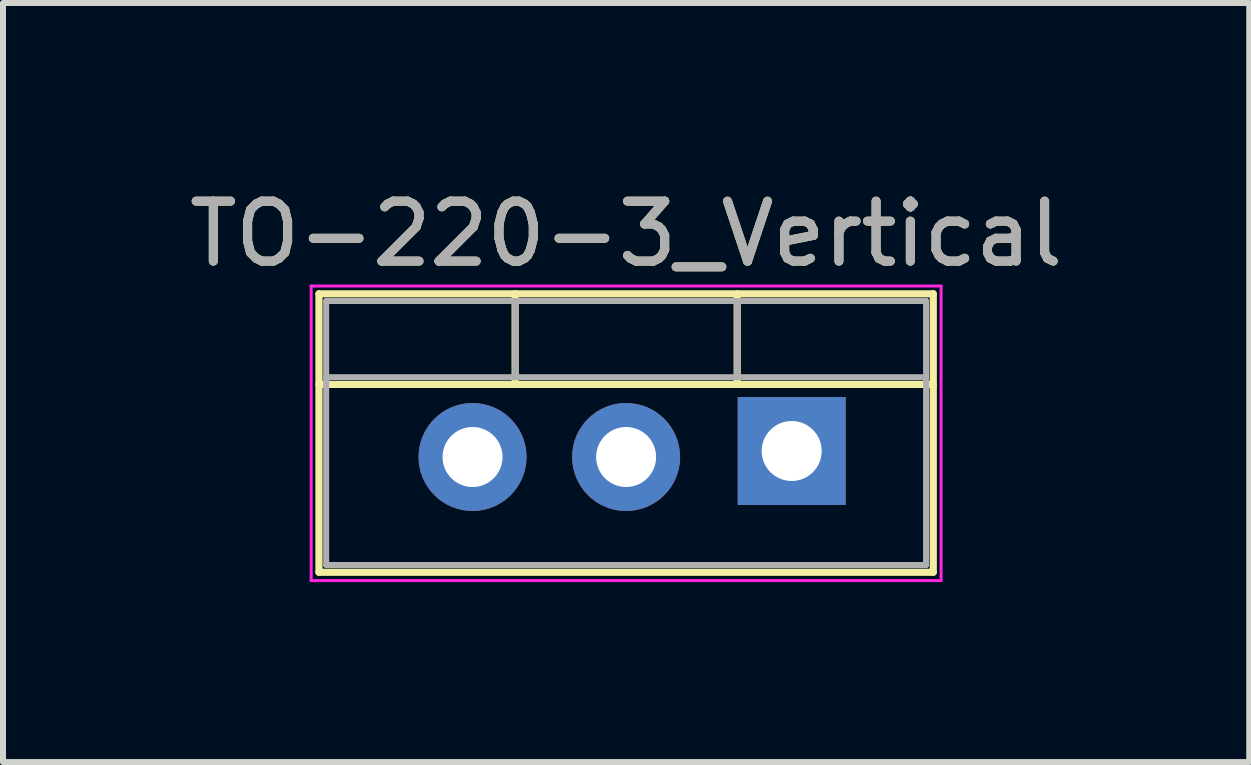
<source format=kicad_pcb>
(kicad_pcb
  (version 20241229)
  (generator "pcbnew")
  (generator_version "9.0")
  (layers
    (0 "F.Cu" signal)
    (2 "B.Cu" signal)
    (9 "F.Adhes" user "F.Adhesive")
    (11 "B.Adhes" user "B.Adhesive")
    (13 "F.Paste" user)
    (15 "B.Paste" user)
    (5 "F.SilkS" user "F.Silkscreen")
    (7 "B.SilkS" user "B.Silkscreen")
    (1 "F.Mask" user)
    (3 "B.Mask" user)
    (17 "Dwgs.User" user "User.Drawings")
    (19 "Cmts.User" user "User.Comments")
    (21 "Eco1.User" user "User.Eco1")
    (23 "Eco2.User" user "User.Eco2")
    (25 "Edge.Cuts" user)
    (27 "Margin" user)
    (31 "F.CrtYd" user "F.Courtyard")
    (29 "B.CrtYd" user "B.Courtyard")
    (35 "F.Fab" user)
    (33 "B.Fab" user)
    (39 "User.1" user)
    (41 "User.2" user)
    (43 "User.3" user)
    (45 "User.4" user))
  (footprint "TO-220-3_Vertical"
    (layer "F.Cu")
    (at 4.847 4.468)
    (property "Reference" "TO-220-3_Vertical" (at 2.54 -3.62 0) (layer "F.SilkS") (effects (font (size 1 1) (thickness 0.15))))
    (attr through_hole)
    (fp_line (start -2.58 -2.62) (end -2.58 2.021) (stroke (width 0.12) (type solid)) (layer "F.SilkS"))
    (fp_line (start -2.58 -2.62) (end 7.66 -2.62) (stroke (width 0.12) (type solid)) (layer "F.SilkS"))
    (fp_line (start -2.58 -1.11) (end 7.66 -1.11) (stroke (width 0.12) (type solid)) (layer "F.SilkS"))
    (fp_line (start -2.58 2.021) (end 7.66 2.021) (stroke (width 0.12) (type solid)) (layer "F.SilkS"))
    (fp_line (start 0.69 -2.62) (end 0.69 -1.11) (stroke (width 0.12) (type solid)) (layer "F.SilkS"))
    (fp_line (start 4.391 -2.62) (end 4.391 -1.11) (stroke (width 0.12) (type solid)) (layer "F.SilkS"))
    (fp_line (start 7.66 -2.62) (end 7.66 2.021) (stroke (width 0.12) (type solid)) (layer "F.SilkS"))
    (fp_line (start -2.71 -2.75) (end -2.71 2.16) (stroke (width 0.05) (type solid)) (layer "F.CrtYd"))
    (fp_line (start -2.71 2.16) (end 7.79 2.16) (stroke (width 0.05) (type solid)) (layer "F.CrtYd"))
    (fp_line (start 7.79 -2.75) (end -2.71 -2.75) (stroke (width 0.05) (type solid)) (layer "F.CrtYd"))
    (fp_line (start 7.79 2.16) (end 7.79 -2.75) (stroke (width 0.05) (type solid)) (layer "F.CrtYd"))
    (fp_line (start -2.46 -2.5) (end -2.46 1.9) (stroke (width 0.1) (type solid)) (layer "F.Fab"))
    (fp_line (start -2.46 -1.23) (end 7.54 -1.23) (stroke (width 0.1) (type solid)) (layer "F.Fab"))
    (fp_line (start -2.46 1.9) (end 7.54 1.9) (stroke (width 0.1) (type solid)) (layer "F.Fab"))
    (fp_line (start 0.69 -2.5) (end 0.69 -1.23) (stroke (width 0.1) (type solid)) (layer "F.Fab"))
    (fp_line (start 4.39 -2.5) (end 4.39 -1.23) (stroke (width 0.1) (type solid)) (layer "F.Fab"))
    (fp_line (start 7.54 -2.5) (end -2.46 -2.5) (stroke (width 0.1) (type solid)) (layer "F.Fab"))
    (fp_line (start 7.54 1.9) (end 7.54 -2.5) (stroke (width 0.1) (type solid)) (layer "F.Fab"))
    (fp_text user "${REFERENCE}" (at 2.54 -3.62 0) (layer "F.Fab") (effects (font (size 1 1) (thickness 0.15))))
    (pad "1" thru_hole rect (at 5.3 0) (size 1.8 1.8) (drill 1) (layers "*.Cu" "*.Mask"))
    (pad "2" thru_hole oval (at 2.54 0.1) (size 1.8 1.8) (drill 1) (layers "*.Cu" "*.Mask"))
    (pad "3" thru_hole oval (at -0.02 0.1) (size 1.8 1.8) (drill 1) (layers "*.Cu" "*.Mask")))
  (gr_rect
    (start -3 -3)
    (end 17.774 9.653)
    (stroke (width 0.1) (type default))
    (fill no)
    (layer "Edge.Cuts")))
</source>
